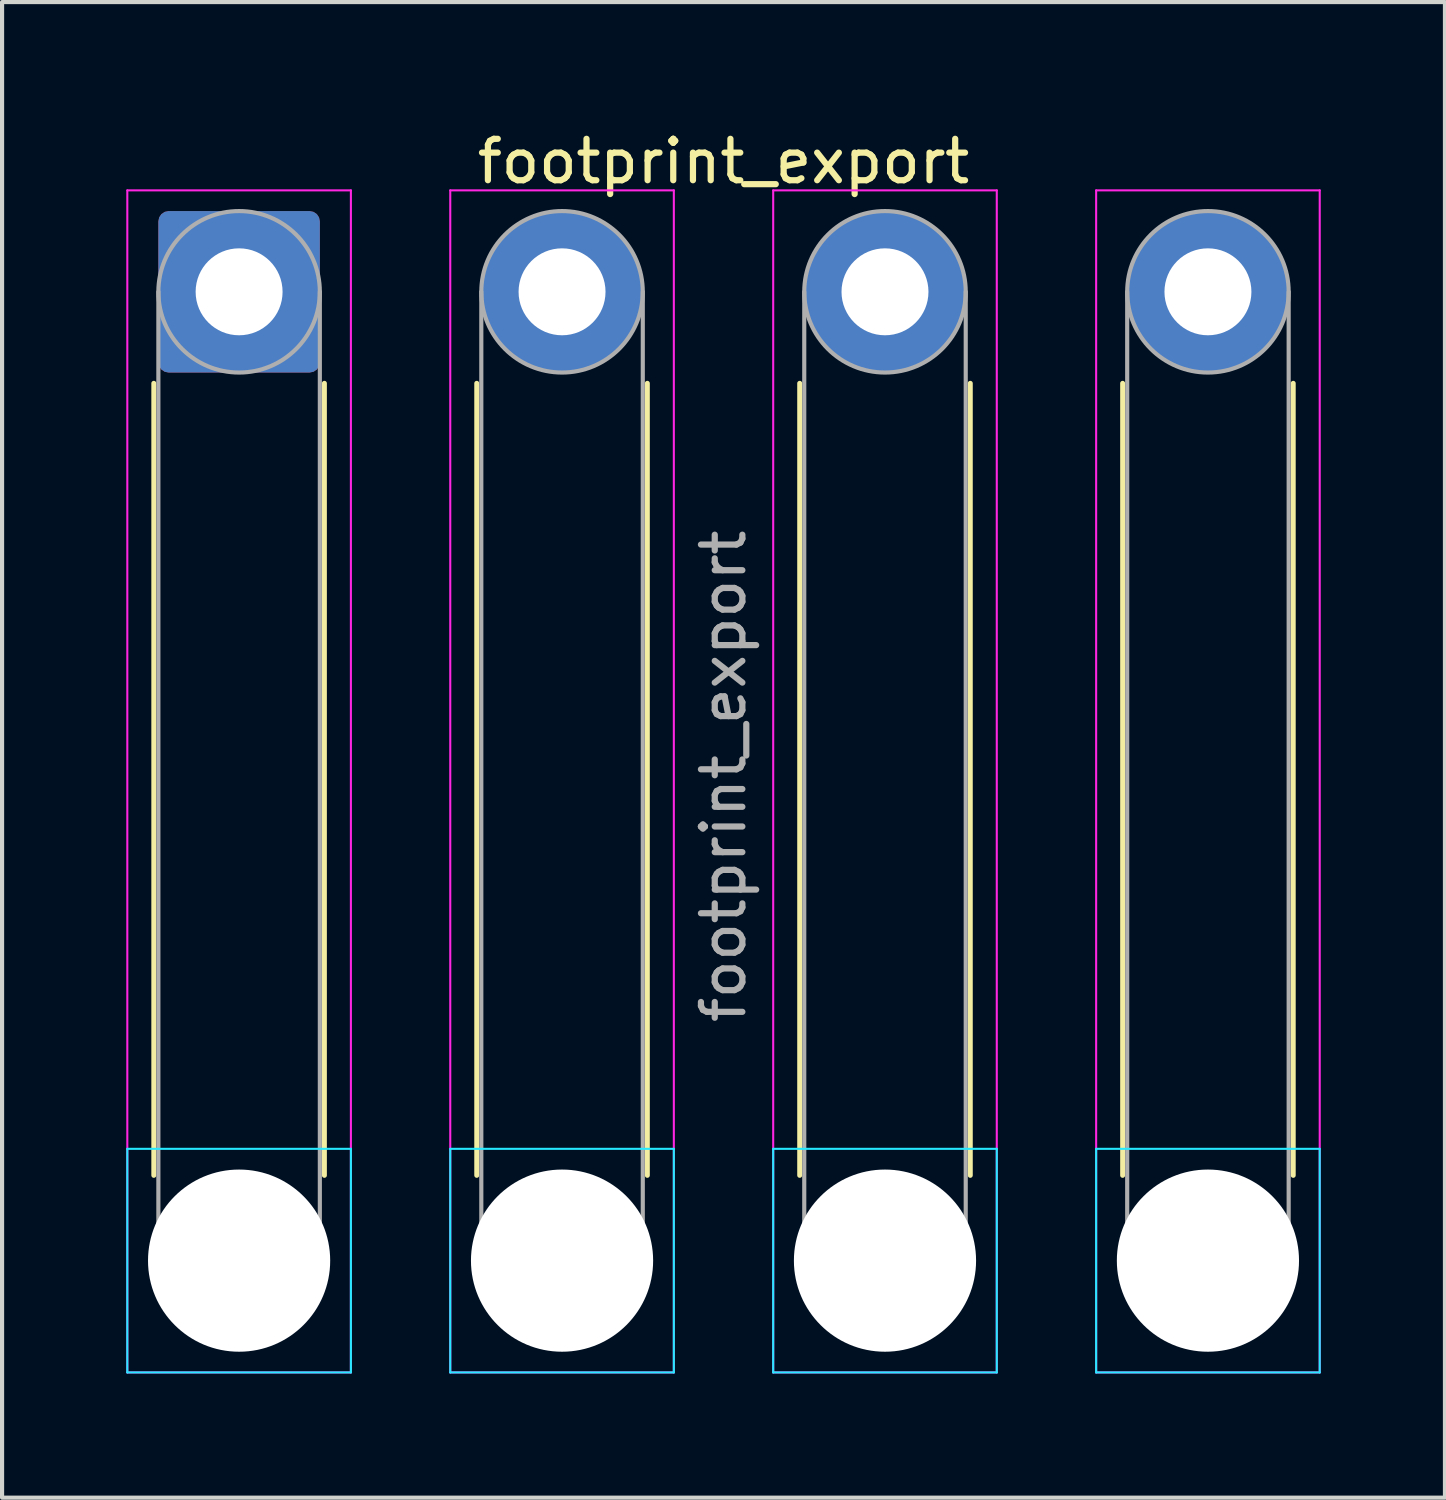
<source format=kicad_pcb>
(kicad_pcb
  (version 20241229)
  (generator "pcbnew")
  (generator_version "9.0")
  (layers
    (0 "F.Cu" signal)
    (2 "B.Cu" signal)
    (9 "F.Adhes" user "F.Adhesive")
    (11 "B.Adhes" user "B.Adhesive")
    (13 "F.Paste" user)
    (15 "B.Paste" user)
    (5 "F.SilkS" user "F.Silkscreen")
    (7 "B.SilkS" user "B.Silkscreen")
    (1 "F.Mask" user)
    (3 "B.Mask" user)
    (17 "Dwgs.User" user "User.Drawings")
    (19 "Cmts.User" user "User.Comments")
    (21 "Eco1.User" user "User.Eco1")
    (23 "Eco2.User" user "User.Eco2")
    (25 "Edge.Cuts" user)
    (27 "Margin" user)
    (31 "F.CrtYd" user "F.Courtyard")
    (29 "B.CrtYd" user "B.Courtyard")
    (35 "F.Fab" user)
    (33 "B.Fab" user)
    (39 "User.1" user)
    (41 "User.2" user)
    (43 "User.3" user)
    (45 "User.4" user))
  (footprint "footprint_export"
    (layer "F.Cu")
    (at 2.725 3.998)
    (property "Reference" "footprint_export" (at 11.7 -3.15 0) (layer "F.SilkS") (effects (font (size 1 1) (thickness 0.15))))
    (attr exclude_from_pos_files exclude_from_bom)
    (fp_line (start -2.06 2.21) (end -2.06 21.34) (stroke (width 0.12) (type solid)) (layer "F.SilkS"))
    (fp_line (start 2.06 2.21) (end 2.06 21.34) (stroke (width 0.12) (type solid)) (layer "F.SilkS"))
    (fp_line (start 5.74 2.21) (end 5.74 21.34) (stroke (width 0.12) (type solid)) (layer "F.SilkS"))
    (fp_line (start 9.86 2.21) (end 9.86 21.34) (stroke (width 0.12) (type solid)) (layer "F.SilkS"))
    (fp_line (start 13.54 2.21) (end 13.54 21.34) (stroke (width 0.12) (type solid)) (layer "F.SilkS"))
    (fp_line (start 17.66 2.21) (end 17.66 21.34) (stroke (width 0.12) (type solid)) (layer "F.SilkS"))
    (fp_line (start 21.34 2.21) (end 21.34 21.34) (stroke (width 0.12) (type solid)) (layer "F.SilkS"))
    (fp_line (start 25.46 2.21) (end 25.46 21.34) (stroke (width 0.12) (type solid)) (layer "F.SilkS"))
    (fp_line (start -2.7 20.7) (end -2.7 26.1) (stroke (width 0.05) (type solid)) (layer "B.CrtYd"))
    (fp_line (start -2.7 26.1) (end 2.7 26.1) (stroke (width 0.05) (type solid)) (layer "B.CrtYd"))
    (fp_line (start 2.7 20.7) (end -2.7 20.7) (stroke (width 0.05) (type solid)) (layer "B.CrtYd"))
    (fp_line (start 2.7 26.1) (end 2.7 20.7) (stroke (width 0.05) (type solid)) (layer "B.CrtYd"))
    (fp_line (start 5.1 20.7) (end 5.1 26.1) (stroke (width 0.05) (type solid)) (layer "B.CrtYd"))
    (fp_line (start 5.1 26.1) (end 10.5 26.1) (stroke (width 0.05) (type solid)) (layer "B.CrtYd"))
    (fp_line (start 10.5 20.7) (end 5.1 20.7) (stroke (width 0.05) (type solid)) (layer "B.CrtYd"))
    (fp_line (start 10.5 26.1) (end 10.5 20.7) (stroke (width 0.05) (type solid)) (layer "B.CrtYd"))
    (fp_line (start 12.9 20.7) (end 12.9 26.1) (stroke (width 0.05) (type solid)) (layer "B.CrtYd"))
    (fp_line (start 12.9 26.1) (end 18.3 26.1) (stroke (width 0.05) (type solid)) (layer "B.CrtYd"))
    (fp_line (start 18.3 20.7) (end 12.9 20.7) (stroke (width 0.05) (type solid)) (layer "B.CrtYd"))
    (fp_line (start 18.3 26.1) (end 18.3 20.7) (stroke (width 0.05) (type solid)) (layer "B.CrtYd"))
    (fp_line (start 20.7 20.7) (end 20.7 26.1) (stroke (width 0.05) (type solid)) (layer "B.CrtYd"))
    (fp_line (start 20.7 26.1) (end 26.1 26.1) (stroke (width 0.05) (type solid)) (layer "B.CrtYd"))
    (fp_line (start 26.1 20.7) (end 20.7 20.7) (stroke (width 0.05) (type solid)) (layer "B.CrtYd"))
    (fp_line (start 26.1 26.1) (end 26.1 20.7) (stroke (width 0.05) (type solid)) (layer "B.CrtYd"))
    (fp_line (start -2.7 -2.45) (end -2.7 26.1) (stroke (width 0.05) (type solid)) (layer "F.CrtYd"))
    (fp_line (start -2.7 26.1) (end 2.7 26.1) (stroke (width 0.05) (type solid)) (layer "F.CrtYd"))
    (fp_line (start 2.7 -2.45) (end -2.7 -2.45) (stroke (width 0.05) (type solid)) (layer "F.CrtYd"))
    (fp_line (start 2.7 26.1) (end 2.7 -2.45) (stroke (width 0.05) (type solid)) (layer "F.CrtYd"))
    (fp_line (start 5.1 -2.45) (end 5.1 26.1) (stroke (width 0.05) (type solid)) (layer "F.CrtYd"))
    (fp_line (start 5.1 26.1) (end 10.5 26.1) (stroke (width 0.05) (type solid)) (layer "F.CrtYd"))
    (fp_line (start 10.5 -2.45) (end 5.1 -2.45) (stroke (width 0.05) (type solid)) (layer "F.CrtYd"))
    (fp_line (start 10.5 26.1) (end 10.5 -2.45) (stroke (width 0.05) (type solid)) (layer "F.CrtYd"))
    (fp_line (start 12.9 -2.45) (end 12.9 26.1) (stroke (width 0.05) (type solid)) (layer "F.CrtYd"))
    (fp_line (start 12.9 26.1) (end 18.3 26.1) (stroke (width 0.05) (type solid)) (layer "F.CrtYd"))
    (fp_line (start 18.3 -2.45) (end 12.9 -2.45) (stroke (width 0.05) (type solid)) (layer "F.CrtYd"))
    (fp_line (start 18.3 26.1) (end 18.3 -2.45) (stroke (width 0.05) (type solid)) (layer "F.CrtYd"))
    (fp_line (start 20.7 -2.45) (end 20.7 26.1) (stroke (width 0.05) (type solid)) (layer "F.CrtYd"))
    (fp_line (start 20.7 26.1) (end 26.1 26.1) (stroke (width 0.05) (type solid)) (layer "F.CrtYd"))
    (fp_line (start 26.1 -2.45) (end 20.7 -2.45) (stroke (width 0.05) (type solid)) (layer "F.CrtYd"))
    (fp_line (start 26.1 26.1) (end 26.1 -2.45) (stroke (width 0.05) (type solid)) (layer "F.CrtYd"))
    (fp_line (start -1.95 0) (end -1.95 23.4) (stroke (width 0.1) (type solid)) (layer "F.Fab"))
    (fp_line (start 1.95 0) (end 1.95 23.4) (stroke (width 0.1) (type solid)) (layer "F.Fab"))
    (fp_line (start 5.85 0) (end 5.85 23.4) (stroke (width 0.1) (type solid)) (layer "F.Fab"))
    (fp_line (start 9.75 0) (end 9.75 23.4) (stroke (width 0.1) (type solid)) (layer "F.Fab"))
    (fp_line (start 13.65 0) (end 13.65 23.4) (stroke (width 0.1) (type solid)) (layer "F.Fab"))
    (fp_line (start 17.55 0) (end 17.55 23.4) (stroke (width 0.1) (type solid)) (layer "F.Fab"))
    (fp_line (start 21.45 0) (end 21.45 23.4) (stroke (width 0.1) (type solid)) (layer "F.Fab"))
    (fp_line (start 25.35 0) (end 25.35 23.4) (stroke (width 0.1) (type solid)) (layer "F.Fab"))
    (fp_circle (center 0 0) (end 1.95 0) (stroke (width 0.1) (type solid)) (fill no) (layer "F.Fab"))
    (fp_circle (center 0 23.4) (end 1.95 23.4) (stroke (width 0.1) (type solid)) (fill no) (layer "F.Fab"))
    (fp_circle (center 7.8 0) (end 9.75 0) (stroke (width 0.1) (type solid)) (fill no) (layer "F.Fab"))
    (fp_circle (center 7.8 23.4) (end 9.75 23.4) (stroke (width 0.1) (type solid)) (fill no) (layer "F.Fab"))
    (fp_circle (center 15.6 0) (end 17.55 0) (stroke (width 0.1) (type solid)) (fill no) (layer "F.Fab"))
    (fp_circle (center 15.6 23.4) (end 17.55 23.4) (stroke (width 0.1) (type solid)) (fill no) (layer "F.Fab"))
    (fp_circle (center 23.4 0) (end 25.35 0) (stroke (width 0.1) (type solid)) (fill no) (layer "F.Fab"))
    (fp_circle (center 23.4 23.4) (end 25.35 23.4) (stroke (width 0.1) (type solid)) (fill no) (layer "F.Fab"))
    (fp_text user "${REFERENCE}" (at 11.7 11.7 90) (layer "F.Fab") (effects (font (size 1 1) (thickness 0.15))))
    (pad "" np_thru_hole circle (at 0 23.4) (size 4.4 4.4) (drill 4.4) (layers "*.Cu" "*.Mask"))
    (pad "" np_thru_hole circle (at 7.8 23.4) (size 4.4 4.4) (drill 4.4) (layers "*.Cu" "*.Mask"))
    (pad "" np_thru_hole circle (at 15.6 23.4) (size 4.4 4.4) (drill 4.4) (layers "*.Cu" "*.Mask"))
    (pad "" np_thru_hole circle (at 23.4 23.4) (size 4.4 4.4) (drill 4.4) (layers "*.Cu" "*.Mask"))
    (pad "1" thru_hole roundrect (at 0 0) (size 3.9 3.9) (drill 2.1) (layers "*.Cu" "*.Mask") (roundrect_rratio 0.064))
    (pad "2" thru_hole circle (at 7.8 0) (size 3.9 3.9) (drill 2.1) (layers "*.Cu" "*.Mask"))
    (pad "3" thru_hole circle (at 15.6 0) (size 3.9 3.9) (drill 2.1) (layers "*.Cu" "*.Mask"))
    (pad "4" thru_hole circle (at 23.4 0) (size 3.9 3.9) (drill 2.1) (layers "*.Cu" "*.Mask")))
  (gr_rect
    (start -3 -3)
    (end 31.85 33.123)
    (stroke (width 0.1) (type default))
    (fill no)
    (layer "Edge.Cuts")))
</source>
